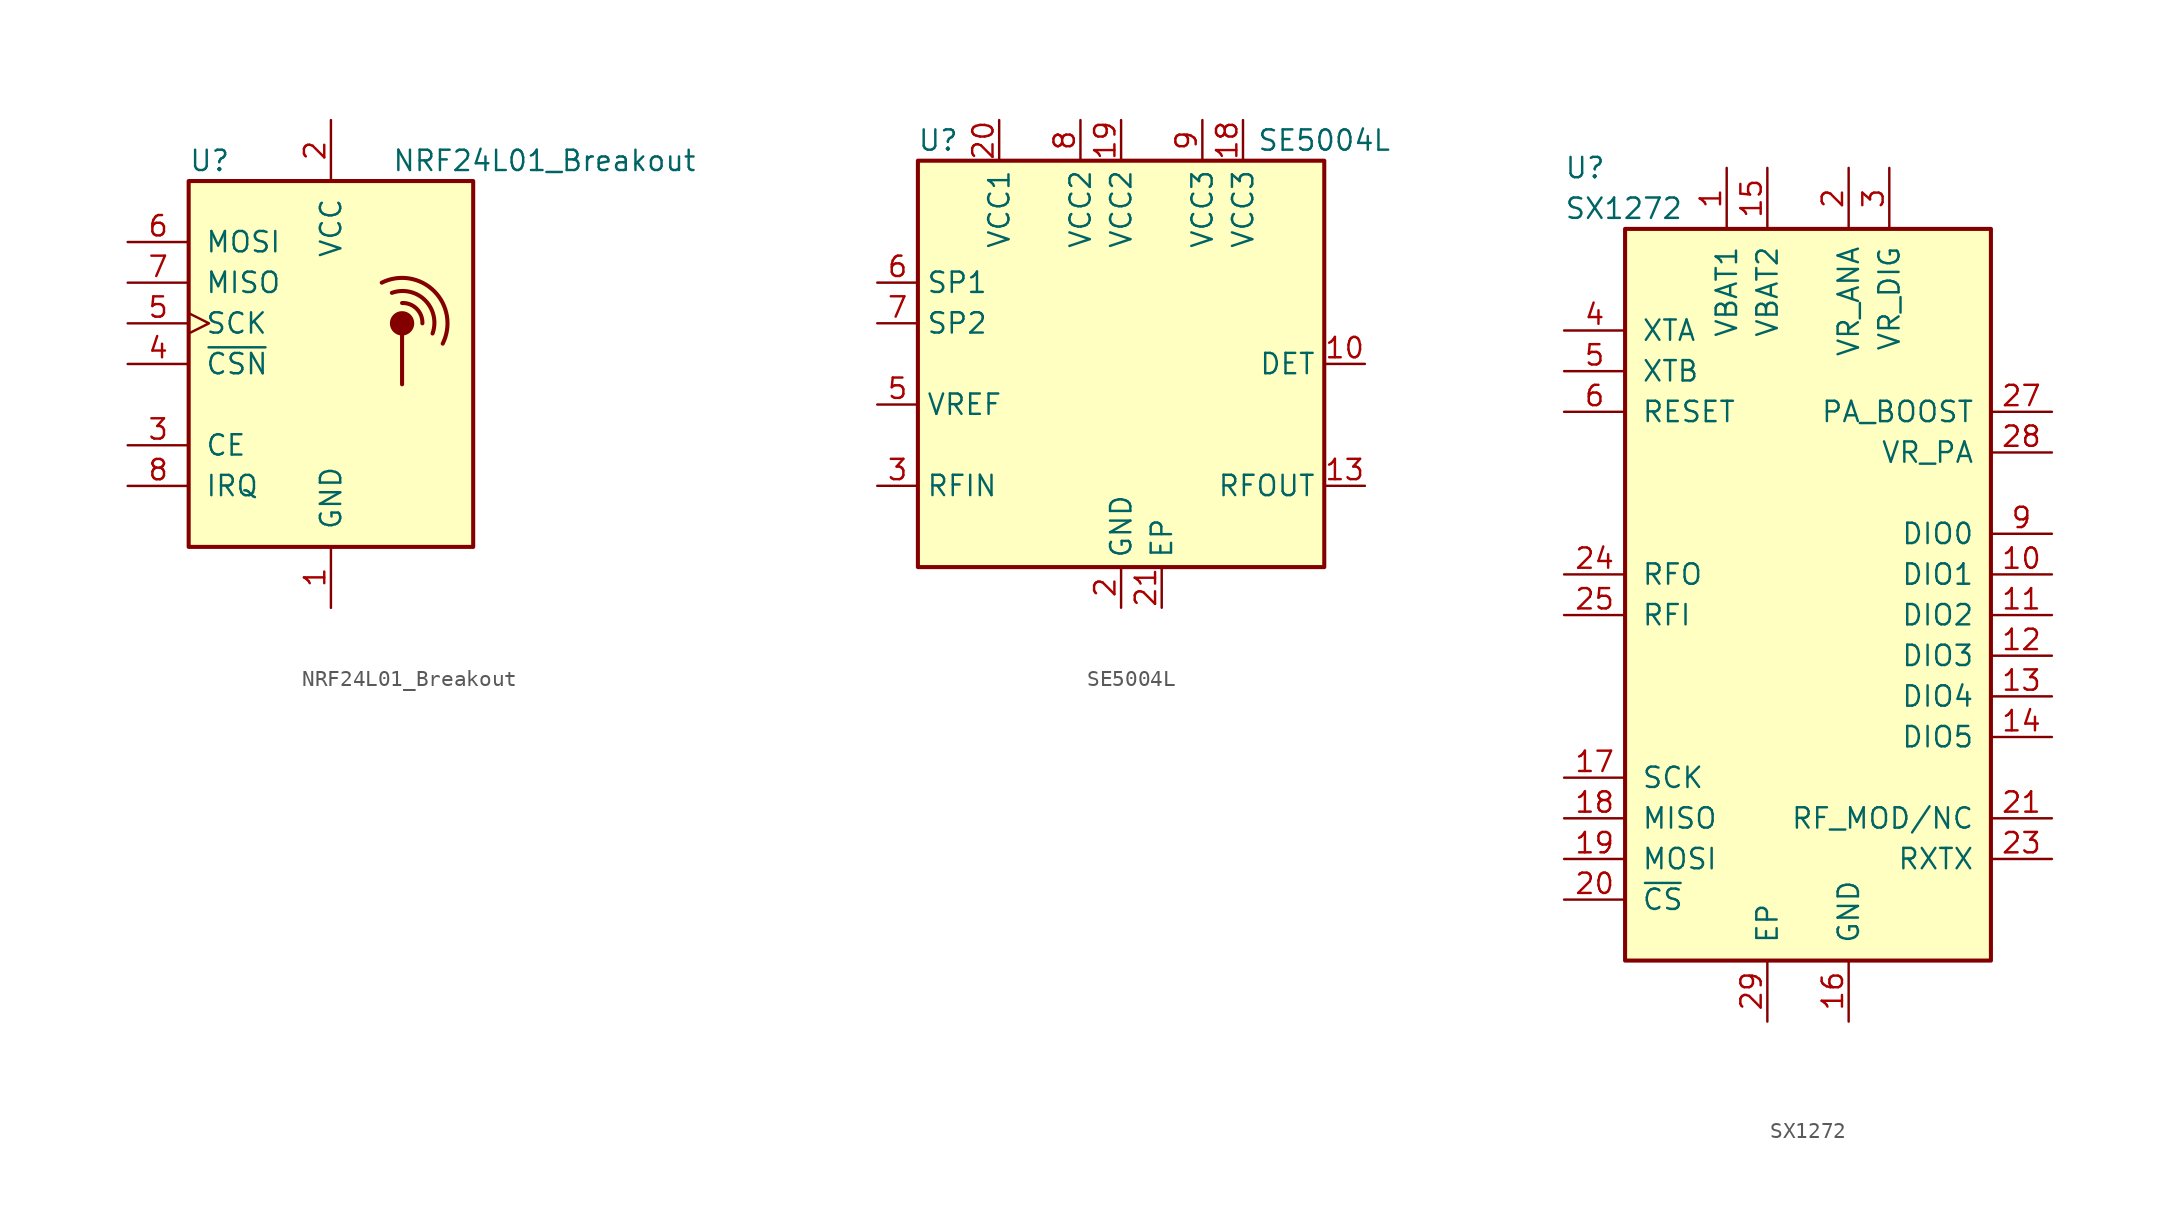
<source format=kicad_sym>
(kicad_symbol_lib
  (version 20211014)
  (generator kicad_symbol_editor)
  (symbol "NRF24L01_Breakout"
    (pin_names
      (offset 1.016))
    (property "Reference" "U"
      (at -8.89 12.7 0)
      (effects (font (size 1.27 1.27)) (justify left)))
    (property "Value" "NRF24L01_Breakout"
      (at 3.81 12.7 0)
      (effects (font (size 1.27 1.27)) (justify left)))
    (symbol "NRF24L01_Breakout_0_1"
      (rectangle (start -8.89 11.43) (end 8.89 -11.43) (stroke (width 0.254) (type default) (color 0 0 0 0)) (fill (type background)))
      (polyline (pts (xy 4.445 1.905) (xy 4.445 -1.27)) (stroke (width 0.254) (type default) (color 0 0 0 0)) (fill (type none)))
      (circle (center 4.445 2.54) (radius 0.635) (stroke (width 0.254) (type default) (color 0 0 0 0)) (fill (type outline)))
      (arc (start 5.715 2.54) (mid 5.3559 3.4509) (end 4.445 3.81) (stroke (width 0.254) (type default) (color 0 0 0 0)) (fill (type none)))
      (arc (start 6.35 1.905) (mid 5.8833 3.9783) (end 3.81 4.445) (stroke (width 0.254) (type default) (color 0 0 0 0)) (fill (type none)))
      (arc (start 6.985 1.27) (mid 6.453 4.548) (end 3.175 5.08) (stroke (width 0.254) (type default) (color 0 0 0 0)) (fill (type none))))
    (symbol "NRF24L01_Breakout_1_1"
      (pin power_in line (at 0 -15.24 90) (length 3.81) (name "GND" (effects (font (size 1.27 1.27)))) (number "1" (effects (font (size 1.27 1.27)))))
      (pin power_in line (at 0 15.24 270) (length 3.81) (name "VCC" (effects (font (size 1.27 1.27)))) (number "2" (effects (font (size 1.27 1.27)))))
      (pin input line (at -12.7 -5.08 0) (length 3.81) (name "CE" (effects (font (size 1.27 1.27)))) (number "3" (effects (font (size 1.27 1.27)))))
      (pin input line (at -12.7 0 0) (length 3.81) (name "~{CSN}" (effects (font (size 1.27 1.27)))) (number "4" (effects (font (size 1.27 1.27)))))
      (pin input clock (at -12.7 2.54 0) (length 3.81) (name "SCK" (effects (font (size 1.27 1.27)))) (number "5" (effects (font (size 1.27 1.27)))))
      (pin input line (at -12.7 7.62 0) (length 3.81) (name "MOSI" (effects (font (size 1.27 1.27)))) (number "6" (effects (font (size 1.27 1.27)))))
      (pin output line (at -12.7 5.08 0) (length 3.81) (name "MISO" (effects (font (size 1.27 1.27)))) (number "7" (effects (font (size 1.27 1.27)))))
      (pin output line (at -12.7 -7.62 0) (length 3.81) (name "IRQ" (effects (font (size 1.27 1.27)))) (number "8" (effects (font (size 1.27 1.27)))))))
  (symbol "SE5004L"
    (property "Reference" "U"
      (at -11.43 13.97 0)
      (effects (font (size 1.27 1.27))))
    (property "Value" "SE5004L"
      (at 12.7 13.97 0)
      (effects (font (size 1.27 1.27))))
    (symbol "SE5004L_0_1"
      (rectangle (start -12.7 12.7) (end 12.7 -12.7) (stroke (width 0.254) (type default) (color 0 0 0 0)) (fill (type background))))
    (symbol "SE5004L_1_1"
      (pin no_connect line (at -12.7 -5.08 0) (length 2.54) hide (name "NC" (effects (font (size 1.27 1.27)))) (number "1" (effects (font (size 1.27 1.27)))))
      (pin output line (at 15.24 0 180) (length 2.54) (name "DET" (effects (font (size 1.27 1.27)))) (number "10" (effects (font (size 1.27 1.27)))))
      (pin passive line (at 0 -15.24 90) (length 2.54) hide (name "GND" (effects (font (size 1.27 1.27)))) (number "11" (effects (font (size 1.27 1.27)))))
      (pin passive line (at 0 -15.24 90) (length 2.54) hide (name "GND" (effects (font (size 1.27 1.27)))) (number "12" (effects (font (size 1.27 1.27)))))
      (pin output line (at 15.24 -7.62 180) (length 2.54) (name "RFOUT" (effects (font (size 1.27 1.27)))) (number "13" (effects (font (size 1.27 1.27)))))
      (pin passive line (at 0 -15.24 90) (length 2.54) hide (name "GND" (effects (font (size 1.27 1.27)))) (number "14" (effects (font (size 1.27 1.27)))))
      (pin passive line (at 0 -15.24 90) (length 2.54) hide (name "GND" (effects (font (size 1.27 1.27)))) (number "15" (effects (font (size 1.27 1.27)))))
      (pin passive line (at 0 -15.24 90) (length 2.54) hide (name "GND" (effects (font (size 1.27 1.27)))) (number "16" (effects (font (size 1.27 1.27)))))
      (pin passive line (at 0 -15.24 90) (length 2.54) hide (name "GND" (effects (font (size 1.27 1.27)))) (number "17" (effects (font (size 1.27 1.27)))))
      (pin power_in line (at 7.62 15.24 270) (length 2.54) (name "VCC3" (effects (font (size 1.27 1.27)))) (number "18" (effects (font (size 1.27 1.27)))))
      (pin power_in line (at 0 15.24 270) (length 2.54) (name "VCC2" (effects (font (size 1.27 1.27)))) (number "19" (effects (font (size 1.27 1.27)))))
      (pin power_in line (at 0 -15.24 90) (length 2.54) (name "GND" (effects (font (size 1.27 1.27)))) (number "2" (effects (font (size 1.27 1.27)))))
      (pin power_in line (at -7.62 15.24 270) (length 2.54) (name "VCC1" (effects (font (size 1.27 1.27)))) (number "20" (effects (font (size 1.27 1.27)))))
      (pin passive line (at 2.54 -15.24 90) (length 2.54) (name "EP" (effects (font (size 1.27 1.27)))) (number "21" (effects (font (size 1.27 1.27)))))
      (pin input line (at -15.24 -7.62 0) (length 2.54) (name "RFIN" (effects (font (size 1.27 1.27)))) (number "3" (effects (font (size 1.27 1.27)))))
      (pin passive line (at 0 -15.24 90) (length 2.54) hide (name "GND" (effects (font (size 1.27 1.27)))) (number "4" (effects (font (size 1.27 1.27)))))
      (pin input line (at -15.24 -2.54 0) (length 2.54) (name "VREF" (effects (font (size 1.27 1.27)))) (number "5" (effects (font (size 1.27 1.27)))))
      (pin passive line (at -15.24 5.08 0) (length 2.54) (name "SP1" (effects (font (size 1.27 1.27)))) (number "6" (effects (font (size 1.27 1.27)))))
      (pin passive line (at -15.24 2.54 0) (length 2.54) (name "SP2" (effects (font (size 1.27 1.27)))) (number "7" (effects (font (size 1.27 1.27)))))
      (pin power_in line (at -2.54 15.24 270) (length 2.54) (name "VCC2" (effects (font (size 1.27 1.27)))) (number "8" (effects (font (size 1.27 1.27)))))
      (pin power_in line (at 5.08 15.24 270) (length 2.54) (name "VCC3" (effects (font (size 1.27 1.27)))) (number "9" (effects (font (size 1.27 1.27)))))))
  (symbol "SX1272"
    (pin_names
      (offset 1.016))
    (property "Reference" "U"
      (at -15.24 25.4 0)
      (effects (font (size 1.27 1.27)) (justify left)))
    (property "Value" "SX1272"
      (at -15.24 22.86 0)
      (effects (font (size 1.27 1.27)) (justify left)))
    (symbol "SX1272_0_1"
      (rectangle (start -11.43 21.59) (end 11.43 -24.13) (stroke (width 0.254) (type default) (color 0 0 0 0)) (fill (type background))))
    (symbol "SX1272_1_1"
      (pin power_in line (at -5.08 25.4 270) (length 3.81) (name "VBAT1" (effects (font (size 1.27 1.27)))) (number "1" (effects (font (size 1.27 1.27)))))
      (pin bidirectional line (at 15.24 0 180) (length 3.81) (name "DIO1" (effects (font (size 1.27 1.27)))) (number "10" (effects (font (size 1.27 1.27)))))
      (pin bidirectional line (at 15.24 -2.54 180) (length 3.81) (name "DIO2" (effects (font (size 1.27 1.27)))) (number "11" (effects (font (size 1.27 1.27)))))
      (pin bidirectional line (at 15.24 -5.08 180) (length 3.81) (name "DIO3" (effects (font (size 1.27 1.27)))) (number "12" (effects (font (size 1.27 1.27)))))
      (pin bidirectional line (at 15.24 -7.62 180) (length 3.81) (name "DIO4" (effects (font (size 1.27 1.27)))) (number "13" (effects (font (size 1.27 1.27)))))
      (pin bidirectional line (at 15.24 -10.16 180) (length 3.81) (name "DIO5" (effects (font (size 1.27 1.27)))) (number "14" (effects (font (size 1.27 1.27)))))
      (pin power_in line (at -2.54 25.4 270) (length 3.81) (name "VBAT2" (effects (font (size 1.27 1.27)))) (number "15" (effects (font (size 1.27 1.27)))))
      (pin power_in line (at 2.54 -27.94 90) (length 3.81) (name "GND" (effects (font (size 1.27 1.27)))) (number "16" (effects (font (size 1.27 1.27)))))
      (pin input line (at -15.24 -12.7 0) (length 3.81) (name "SCK" (effects (font (size 1.27 1.27)))) (number "17" (effects (font (size 1.27 1.27)))))
      (pin output line (at -15.24 -15.24 0) (length 3.81) (name "MISO" (effects (font (size 1.27 1.27)))) (number "18" (effects (font (size 1.27 1.27)))))
      (pin input line (at -15.24 -17.78 0) (length 3.81) (name "MOSI" (effects (font (size 1.27 1.27)))) (number "19" (effects (font (size 1.27 1.27)))))
      (pin power_in line (at 2.54 25.4 270) (length 3.81) (name "VR_ANA" (effects (font (size 1.27 1.27)))) (number "2" (effects (font (size 1.27 1.27)))))
      (pin input line (at -15.24 -20.32 0) (length 3.81) (name "~{CS}" (effects (font (size 1.27 1.27)))) (number "20" (effects (font (size 1.27 1.27)))))
      (pin output line (at 15.24 -15.24 180) (length 3.81) (name "RF_MOD/NC" (effects (font (size 1.27 1.27)))) (number "21" (effects (font (size 1.27 1.27)))))
      (pin passive line (at 2.54 -27.94 90) (length 3.81) hide (name "GND" (effects (font (size 1.27 1.27)))) (number "22" (effects (font (size 1.27 1.27)))))
      (pin output line (at 15.24 -17.78 180) (length 3.81) (name "RXTX" (effects (font (size 1.27 1.27)))) (number "23" (effects (font (size 1.27 1.27)))))
      (pin input line (at -15.24 0 0) (length 3.81) (name "RFO" (effects (font (size 1.27 1.27)))) (number "24" (effects (font (size 1.27 1.27)))))
      (pin output line (at -15.24 -2.54 0) (length 3.81) (name "RFI" (effects (font (size 1.27 1.27)))) (number "25" (effects (font (size 1.27 1.27)))))
      (pin passive line (at 2.54 -27.94 90) (length 3.81) hide (name "GND" (effects (font (size 1.27 1.27)))) (number "26" (effects (font (size 1.27 1.27)))))
      (pin power_out line (at 15.24 10.16 180) (length 3.81) (name "PA_BOOST" (effects (font (size 1.27 1.27)))) (number "27" (effects (font (size 1.27 1.27)))))
      (pin power_out line (at 15.24 7.62 180) (length 3.81) (name "VR_PA" (effects (font (size 1.27 1.27)))) (number "28" (effects (font (size 1.27 1.27)))))
      (pin power_in line (at -2.54 -27.94 90) (length 3.81) (name "EP" (effects (font (size 1.27 1.27)))) (number "29" (effects (font (size 1.27 1.27)))))
      (pin power_in line (at 5.08 25.4 270) (length 3.81) (name "VR_DIG" (effects (font (size 1.27 1.27)))) (number "3" (effects (font (size 1.27 1.27)))))
      (pin bidirectional line (at -15.24 15.24 0) (length 3.81) (name "XTA" (effects (font (size 1.27 1.27)))) (number "4" (effects (font (size 1.27 1.27)))))
      (pin bidirectional line (at -15.24 12.7 0) (length 3.81) (name "XTB" (effects (font (size 1.27 1.27)))) (number "5" (effects (font (size 1.27 1.27)))))
      (pin input line (at -15.24 10.16 0) (length 3.81) (name "RESET" (effects (font (size 1.27 1.27)))) (number "6" (effects (font (size 1.27 1.27)))))
      (pin no_connect line (at -15.24 5.08 0) (length 3.81) hide (name "NC" (effects (font (size 1.27 1.27)))) (number "7" (effects (font (size 1.27 1.27)))))
      (pin no_connect line (at -15.24 2.54 0) (length 3.81) hide (name "NC" (effects (font (size 1.27 1.27)))) (number "8" (effects (font (size 1.27 1.27)))))
      (pin bidirectional line (at 15.24 2.54 180) (length 3.81) (name "DIO0" (effects (font (size 1.27 1.27)))) (number "9" (effects (font (size 1.27 1.27))))))))
</source>
